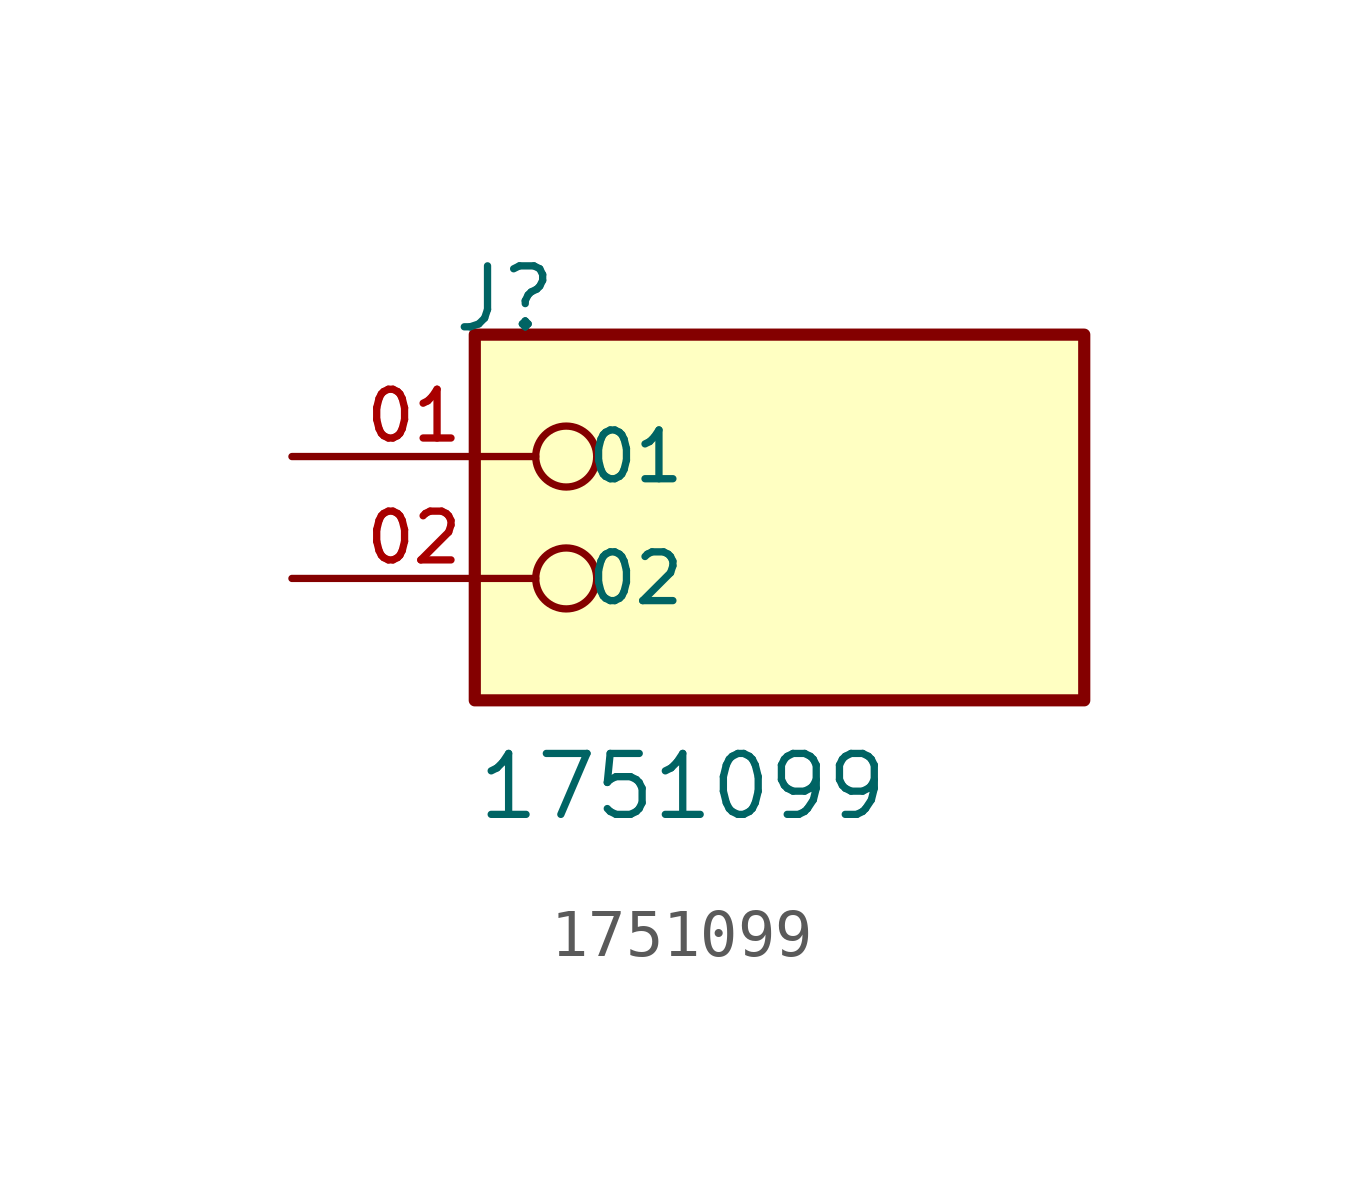
<source format=kicad_sym>
(kicad_symbol_lib
  (version 20211014)
  (generator kicad_symbol_editor)
  (symbol "1751099"
    (pin_names
      (offset 1.016))
    (property "Reference" "J"
      (at -6.85 5.08 0)
      (effects (font (size 1.27 1.27)) (justify bottom left)))
    (property "Value" "1751099"
      (at -6.35 -5.08 0)
      (effects (font (size 1.27 1.27)) (justify bottom left)))
    (symbol "1751099_0_0"
      (circle (center -4.445 2.54) (radius 0.635) (stroke (width 0.152)) (fill (type none)))
      (circle (center -4.445 0.0) (radius 0.635) (stroke (width 0.152)) (fill (type none)))
      (rectangle (start -6.35 -2.54) (end 6.35 5.08) (stroke (width 0.254)) (fill (type background)))
      (pin passive line (at -10.16 2.54 0) (length 5.08) (name "01" (effects (font (size 1.016 1.016)))) (number "01" (effects (font (size 1.016 1.016)))))
      (pin passive line (at -10.16 0.0 0) (length 5.08) (name "02" (effects (font (size 1.016 1.016)))) (number "02" (effects (font (size 1.016 1.016))))))))
</source>
